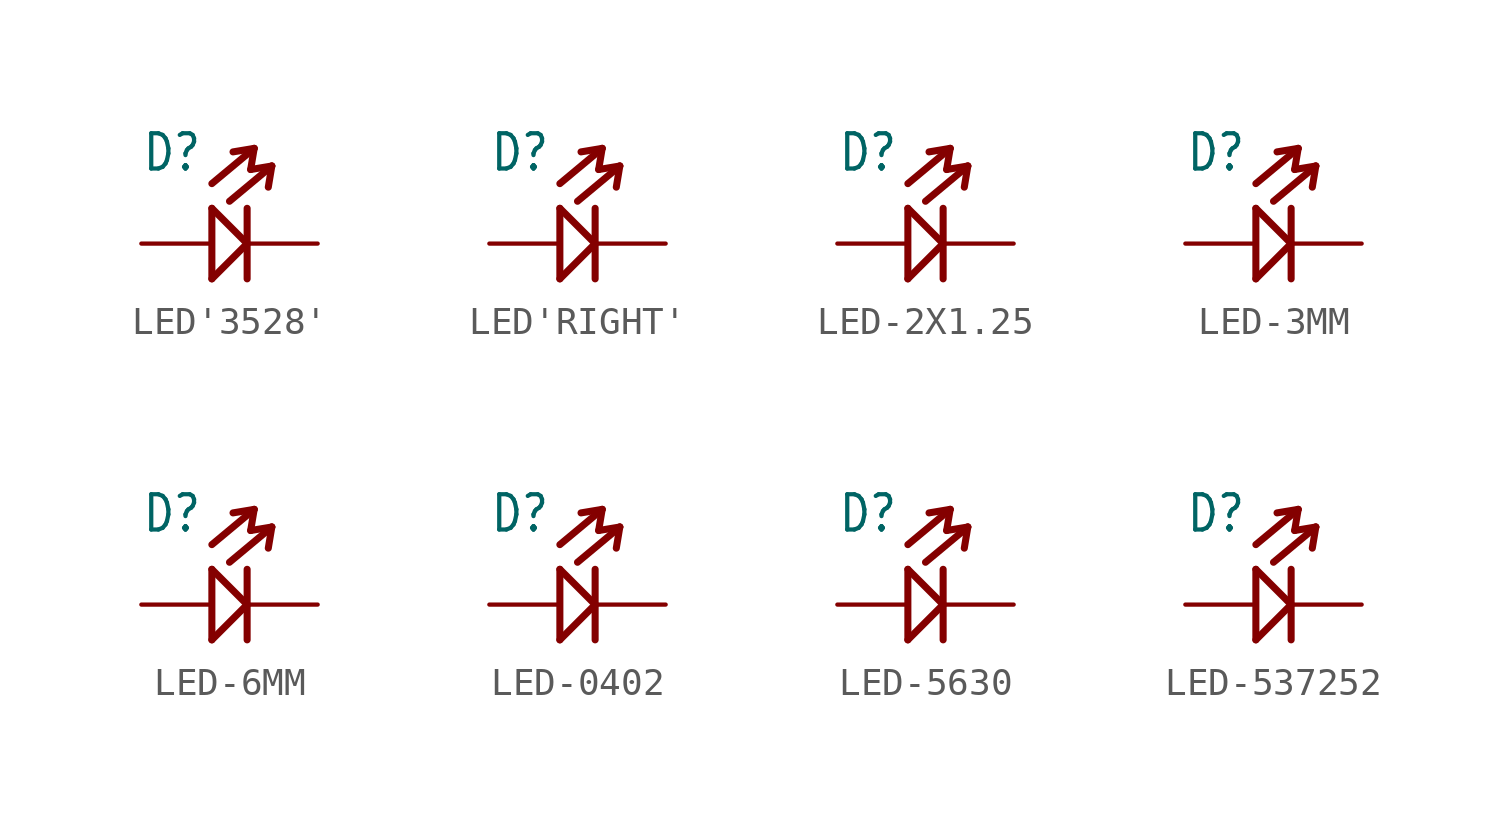
<source format=kicad_sym>
(kicad_symbol_lib
  (version 20220914)
  (generator kicad_symbol_editor)
  (symbol "LED'3528'"
    (property "Reference" "D"
      (at -2.54 2.54 0)
      (effects (font (size 1.27 1.079)) (justify left bottom)))
    (property "Value" ""
      (at -2.54 1.27 0)
      (effects (font (size 1.27 1.079)) (justify left bottom)))
    (property "ki_locked" ""
      (at 0 0 0)
      (effects (font (size 1.27 1.27))))
    (symbol "LED'3528'_1_0"
      (polyline (pts (xy 0 -1.27) (xy 1.27 0)) (stroke (width 0.254) (type solid)) (fill (type none)))
      (polyline (pts (xy 0 1.27) (xy 0 -1.27)) (stroke (width 0.254) (type solid)) (fill (type none)))
      (polyline (pts (xy 0 2.159) (xy 1.524 3.429)) (stroke (width 0.254) (type solid)) (fill (type none)))
      (polyline (pts (xy 0.635 1.524) (xy 2.159 2.794)) (stroke (width 0.254) (type solid)) (fill (type none)))
      (polyline (pts (xy 1.27 0) (xy 0 1.27)) (stroke (width 0.254) (type solid)) (fill (type none)))
      (polyline (pts (xy 1.27 0) (xy 1.27 -1.27)) (stroke (width 0.254) (type solid)) (fill (type none)))
      (polyline (pts (xy 1.27 1.27) (xy 1.27 0)) (stroke (width 0.254) (type solid)) (fill (type none)))
      (polyline (pts (xy 1.524 3.429) (xy 0.762 3.302)) (stroke (width 0.254) (type solid)) (fill (type none)))
      (polyline (pts (xy 1.524 3.429) (xy 1.397 2.667)) (stroke (width 0.254) (type solid)) (fill (type none)))
      (polyline (pts (xy 2.159 2.794) (xy 1.397 2.667)) (stroke (width 0.254) (type solid)) (fill (type none)))
      (polyline (pts (xy 2.159 2.794) (xy 2.032 2.032)) (stroke (width 0.254) (type solid)) (fill (type none)))
      (pin passive line (at -2.54 0 0) (length 2.54) (name "+" (effects (font (size 0 0)))) (number "1" (effects (font (size 0 0)))))
      (pin passive line (at 3.81 0 180) (length 2.54) (name "-" (effects (font (size 0 0)))) (number "2" (effects (font (size 0 0)))))))
  (symbol "LED'RIGHT'"
    (property "Reference" "D"
      (at -2.54 2.54 0)
      (effects (font (size 1.27 1.079)) (justify left bottom)))
    (property "Value" ""
      (at -2.54 1.27 0)
      (effects (font (size 1.27 1.079)) (justify left bottom)))
    (property "ki_locked" ""
      (at 0 0 0)
      (effects (font (size 1.27 1.27))))
    (symbol "LED'RIGHT'_1_0"
      (polyline (pts (xy 0 -1.27) (xy 1.27 0)) (stroke (width 0.254) (type solid)) (fill (type none)))
      (polyline (pts (xy 0 1.27) (xy 0 -1.27)) (stroke (width 0.254) (type solid)) (fill (type none)))
      (polyline (pts (xy 0 2.159) (xy 1.524 3.429)) (stroke (width 0.254) (type solid)) (fill (type none)))
      (polyline (pts (xy 0.635 1.524) (xy 2.159 2.794)) (stroke (width 0.254) (type solid)) (fill (type none)))
      (polyline (pts (xy 1.27 0) (xy 0 1.27)) (stroke (width 0.254) (type solid)) (fill (type none)))
      (polyline (pts (xy 1.27 0) (xy 1.27 -1.27)) (stroke (width 0.254) (type solid)) (fill (type none)))
      (polyline (pts (xy 1.27 1.27) (xy 1.27 0)) (stroke (width 0.254) (type solid)) (fill (type none)))
      (polyline (pts (xy 1.524 3.429) (xy 0.762 3.302)) (stroke (width 0.254) (type solid)) (fill (type none)))
      (polyline (pts (xy 1.524 3.429) (xy 1.397 2.667)) (stroke (width 0.254) (type solid)) (fill (type none)))
      (polyline (pts (xy 2.159 2.794) (xy 1.397 2.667)) (stroke (width 0.254) (type solid)) (fill (type none)))
      (polyline (pts (xy 2.159 2.794) (xy 2.032 2.032)) (stroke (width 0.254) (type solid)) (fill (type none)))
      (pin passive line (at -2.54 0 0) (length 2.54) (name "+" (effects (font (size 0 0)))) (number "1" (effects (font (size 0 0)))))
      (pin passive line (at 3.81 0 180) (length 2.54) (name "-" (effects (font (size 0 0)))) (number "2" (effects (font (size 0 0)))))))
  (symbol "LED-2X1.25"
    (property "Reference" "D"
      (at -2.54 2.54 0)
      (effects (font (size 1.27 1.079)) (justify left bottom)))
    (property "Value" ""
      (at -2.54 1.27 0)
      (effects (font (size 1.27 1.079)) (justify left bottom)))
    (property "ki_locked" ""
      (at 0 0 0)
      (effects (font (size 1.27 1.27))))
    (symbol "LED-2X1.25_1_0"
      (polyline (pts (xy 0 -1.27) (xy 1.27 0)) (stroke (width 0.254) (type solid)) (fill (type none)))
      (polyline (pts (xy 0 1.27) (xy 0 -1.27)) (stroke (width 0.254) (type solid)) (fill (type none)))
      (polyline (pts (xy 0 2.159) (xy 1.524 3.429)) (stroke (width 0.254) (type solid)) (fill (type none)))
      (polyline (pts (xy 0.635 1.524) (xy 2.159 2.794)) (stroke (width 0.254) (type solid)) (fill (type none)))
      (polyline (pts (xy 1.27 0) (xy 0 1.27)) (stroke (width 0.254) (type solid)) (fill (type none)))
      (polyline (pts (xy 1.27 0) (xy 1.27 -1.27)) (stroke (width 0.254) (type solid)) (fill (type none)))
      (polyline (pts (xy 1.27 1.27) (xy 1.27 0)) (stroke (width 0.254) (type solid)) (fill (type none)))
      (polyline (pts (xy 1.524 3.429) (xy 0.762 3.302)) (stroke (width 0.254) (type solid)) (fill (type none)))
      (polyline (pts (xy 1.524 3.429) (xy 1.397 2.667)) (stroke (width 0.254) (type solid)) (fill (type none)))
      (polyline (pts (xy 2.159 2.794) (xy 1.397 2.667)) (stroke (width 0.254) (type solid)) (fill (type none)))
      (polyline (pts (xy 2.159 2.794) (xy 2.032 2.032)) (stroke (width 0.254) (type solid)) (fill (type none)))
      (pin passive line (at -2.54 0 0) (length 2.54) (name "+" (effects (font (size 0 0)))) (number "+" (effects (font (size 0 0)))))
      (pin passive line (at 3.81 0 180) (length 2.54) (name "-" (effects (font (size 0 0)))) (number "-" (effects (font (size 0 0)))))))
  (symbol "LED-3MM"
    (property "Reference" "D"
      (at -2.54 2.54 0)
      (effects (font (size 1.27 1.079)) (justify left bottom)))
    (property "Value" ""
      (at -2.54 1.27 0)
      (effects (font (size 1.27 1.079)) (justify left bottom)))
    (property "ki_locked" ""
      (at 0 0 0)
      (effects (font (size 1.27 1.27))))
    (symbol "LED-3MM_1_0"
      (polyline (pts (xy 0 -1.27) (xy 1.27 0)) (stroke (width 0.254) (type solid)) (fill (type none)))
      (polyline (pts (xy 0 1.27) (xy 0 -1.27)) (stroke (width 0.254) (type solid)) (fill (type none)))
      (polyline (pts (xy 0 2.159) (xy 1.524 3.429)) (stroke (width 0.254) (type solid)) (fill (type none)))
      (polyline (pts (xy 0.635 1.524) (xy 2.159 2.794)) (stroke (width 0.254) (type solid)) (fill (type none)))
      (polyline (pts (xy 1.27 0) (xy 0 1.27)) (stroke (width 0.254) (type solid)) (fill (type none)))
      (polyline (pts (xy 1.27 0) (xy 1.27 -1.27)) (stroke (width 0.254) (type solid)) (fill (type none)))
      (polyline (pts (xy 1.27 1.27) (xy 1.27 0)) (stroke (width 0.254) (type solid)) (fill (type none)))
      (polyline (pts (xy 1.524 3.429) (xy 0.762 3.302)) (stroke (width 0.254) (type solid)) (fill (type none)))
      (polyline (pts (xy 1.524 3.429) (xy 1.397 2.667)) (stroke (width 0.254) (type solid)) (fill (type none)))
      (polyline (pts (xy 2.159 2.794) (xy 1.397 2.667)) (stroke (width 0.254) (type solid)) (fill (type none)))
      (polyline (pts (xy 2.159 2.794) (xy 2.032 2.032)) (stroke (width 0.254) (type solid)) (fill (type none)))
      (pin passive line (at -2.54 0 0) (length 2.54) (name "+" (effects (font (size 0 0)))) (number "A" (effects (font (size 0 0)))))
      (pin passive line (at 3.81 0 180) (length 2.54) (name "-" (effects (font (size 0 0)))) (number "K" (effects (font (size 0 0)))))))
  (symbol "LED-6MM"
    (property "Reference" "D"
      (at -2.54 2.54 0)
      (effects (font (size 1.27 1.079)) (justify left bottom)))
    (property "Value" ""
      (at -2.54 1.27 0)
      (effects (font (size 1.27 1.079)) (justify left bottom)))
    (property "ki_locked" ""
      (at 0 0 0)
      (effects (font (size 1.27 1.27))))
    (symbol "LED-6MM_1_0"
      (polyline (pts (xy 0 -1.27) (xy 1.27 0)) (stroke (width 0.254) (type solid)) (fill (type none)))
      (polyline (pts (xy 0 1.27) (xy 0 -1.27)) (stroke (width 0.254) (type solid)) (fill (type none)))
      (polyline (pts (xy 0 2.159) (xy 1.524 3.429)) (stroke (width 0.254) (type solid)) (fill (type none)))
      (polyline (pts (xy 0.635 1.524) (xy 2.159 2.794)) (stroke (width 0.254) (type solid)) (fill (type none)))
      (polyline (pts (xy 1.27 0) (xy 0 1.27)) (stroke (width 0.254) (type solid)) (fill (type none)))
      (polyline (pts (xy 1.27 0) (xy 1.27 -1.27)) (stroke (width 0.254) (type solid)) (fill (type none)))
      (polyline (pts (xy 1.27 1.27) (xy 1.27 0)) (stroke (width 0.254) (type solid)) (fill (type none)))
      (polyline (pts (xy 1.524 3.429) (xy 0.762 3.302)) (stroke (width 0.254) (type solid)) (fill (type none)))
      (polyline (pts (xy 1.524 3.429) (xy 1.397 2.667)) (stroke (width 0.254) (type solid)) (fill (type none)))
      (polyline (pts (xy 2.159 2.794) (xy 1.397 2.667)) (stroke (width 0.254) (type solid)) (fill (type none)))
      (polyline (pts (xy 2.159 2.794) (xy 2.032 2.032)) (stroke (width 0.254) (type solid)) (fill (type none)))
      (pin passive line (at -2.54 0 0) (length 2.54) (name "+" (effects (font (size 0 0)))) (number "+" (effects (font (size 0 0)))))
      (pin passive line (at 3.81 0 180) (length 2.54) (name "-" (effects (font (size 0 0)))) (number "-" (effects (font (size 0 0)))))))
  (symbol "LED-0402"
    (property "Reference" "D"
      (at -2.54 2.54 0)
      (effects (font (size 1.27 1.079)) (justify left bottom)))
    (property "Value" ""
      (at -2.54 1.27 0)
      (effects (font (size 1.27 1.079)) (justify left bottom)))
    (property "ki_locked" ""
      (at 0 0 0)
      (effects (font (size 1.27 1.27))))
    (symbol "LED-0402_1_0"
      (polyline (pts (xy 0 -1.27) (xy 1.27 0)) (stroke (width 0.254) (type solid)) (fill (type none)))
      (polyline (pts (xy 0 1.27) (xy 0 -1.27)) (stroke (width 0.254) (type solid)) (fill (type none)))
      (polyline (pts (xy 0 2.159) (xy 1.524 3.429)) (stroke (width 0.254) (type solid)) (fill (type none)))
      (polyline (pts (xy 0.635 1.524) (xy 2.159 2.794)) (stroke (width 0.254) (type solid)) (fill (type none)))
      (polyline (pts (xy 1.27 0) (xy 0 1.27)) (stroke (width 0.254) (type solid)) (fill (type none)))
      (polyline (pts (xy 1.27 0) (xy 1.27 -1.27)) (stroke (width 0.254) (type solid)) (fill (type none)))
      (polyline (pts (xy 1.27 1.27) (xy 1.27 0)) (stroke (width 0.254) (type solid)) (fill (type none)))
      (polyline (pts (xy 1.524 3.429) (xy 0.762 3.302)) (stroke (width 0.254) (type solid)) (fill (type none)))
      (polyline (pts (xy 1.524 3.429) (xy 1.397 2.667)) (stroke (width 0.254) (type solid)) (fill (type none)))
      (polyline (pts (xy 2.159 2.794) (xy 1.397 2.667)) (stroke (width 0.254) (type solid)) (fill (type none)))
      (polyline (pts (xy 2.159 2.794) (xy 2.032 2.032)) (stroke (width 0.254) (type solid)) (fill (type none)))
      (pin passive line (at -2.54 0 0) (length 2.54) (name "+" (effects (font (size 0 0)))) (number "+" (effects (font (size 0 0)))))
      (pin passive line (at 3.81 0 180) (length 2.54) (name "-" (effects (font (size 0 0)))) (number "-" (effects (font (size 0 0)))))))
  (symbol "LED-5630"
    (property "Reference" "D"
      (at -2.54 2.54 0)
      (effects (font (size 1.27 1.079)) (justify left bottom)))
    (property "Value" ""
      (at -2.54 1.27 0)
      (effects (font (size 1.27 1.079)) (justify left bottom)))
    (property "ki_locked" ""
      (at 0 0 0)
      (effects (font (size 1.27 1.27))))
    (symbol "LED-5630_1_0"
      (polyline (pts (xy 0 -1.27) (xy 1.27 0)) (stroke (width 0.254) (type solid)) (fill (type none)))
      (polyline (pts (xy 0 1.27) (xy 0 -1.27)) (stroke (width 0.254) (type solid)) (fill (type none)))
      (polyline (pts (xy 0 2.159) (xy 1.524 3.429)) (stroke (width 0.254) (type solid)) (fill (type none)))
      (polyline (pts (xy 0.635 1.524) (xy 2.159 2.794)) (stroke (width 0.254) (type solid)) (fill (type none)))
      (polyline (pts (xy 1.27 0) (xy 0 1.27)) (stroke (width 0.254) (type solid)) (fill (type none)))
      (polyline (pts (xy 1.27 0) (xy 1.27 -1.27)) (stroke (width 0.254) (type solid)) (fill (type none)))
      (polyline (pts (xy 1.27 1.27) (xy 1.27 0)) (stroke (width 0.254) (type solid)) (fill (type none)))
      (polyline (pts (xy 1.524 3.429) (xy 0.762 3.302)) (stroke (width 0.254) (type solid)) (fill (type none)))
      (polyline (pts (xy 1.524 3.429) (xy 1.397 2.667)) (stroke (width 0.254) (type solid)) (fill (type none)))
      (polyline (pts (xy 2.159 2.794) (xy 1.397 2.667)) (stroke (width 0.254) (type solid)) (fill (type none)))
      (polyline (pts (xy 2.159 2.794) (xy 2.032 2.032)) (stroke (width 0.254) (type solid)) (fill (type none)))
      (pin passive line (at 3.81 0 180) (length 2.54) (name "-" (effects (font (size 0 0)))) (number "1" (effects (font (size 0 0)))))
      (pin passive line (at -2.54 0 0) (length 2.54) (name "+" (effects (font (size 0 0)))) (number "2" (effects (font (size 0 0)))))))
  (symbol "LED-537252"
    (property "Reference" "D"
      (at -2.54 2.54 0)
      (effects (font (size 1.27 1.079)) (justify left bottom)))
    (property "Value" ""
      (at -2.54 1.27 0)
      (effects (font (size 1.27 1.079)) (justify left bottom)))
    (property "ki_locked" ""
      (at 0 0 0)
      (effects (font (size 1.27 1.27))))
    (symbol "LED-537252_1_0"
      (polyline (pts (xy 0 -1.27) (xy 1.27 0)) (stroke (width 0.254) (type solid)) (fill (type none)))
      (polyline (pts (xy 0 1.27) (xy 0 -1.27)) (stroke (width 0.254) (type solid)) (fill (type none)))
      (polyline (pts (xy 0 2.159) (xy 1.524 3.429)) (stroke (width 0.254) (type solid)) (fill (type none)))
      (polyline (pts (xy 0.635 1.524) (xy 2.159 2.794)) (stroke (width 0.254) (type solid)) (fill (type none)))
      (polyline (pts (xy 1.27 0) (xy 0 1.27)) (stroke (width 0.254) (type solid)) (fill (type none)))
      (polyline (pts (xy 1.27 0) (xy 1.27 -1.27)) (stroke (width 0.254) (type solid)) (fill (type none)))
      (polyline (pts (xy 1.27 1.27) (xy 1.27 0)) (stroke (width 0.254) (type solid)) (fill (type none)))
      (polyline (pts (xy 1.524 3.429) (xy 0.762 3.302)) (stroke (width 0.254) (type solid)) (fill (type none)))
      (polyline (pts (xy 1.524 3.429) (xy 1.397 2.667)) (stroke (width 0.254) (type solid)) (fill (type none)))
      (polyline (pts (xy 2.159 2.794) (xy 1.397 2.667)) (stroke (width 0.254) (type solid)) (fill (type none)))
      (polyline (pts (xy 2.159 2.794) (xy 2.032 2.032)) (stroke (width 0.254) (type solid)) (fill (type none)))
      (pin passive line (at -2.54 0 0) (length 2.54) (name "+" (effects (font (size 0 0)))) (number "1" (effects (font (size 0 0)))))
      (pin passive line (at 3.81 0 180) (length 2.54) (name "-" (effects (font (size 0 0)))) (number "2" (effects (font (size 0 0))))))))
</source>
